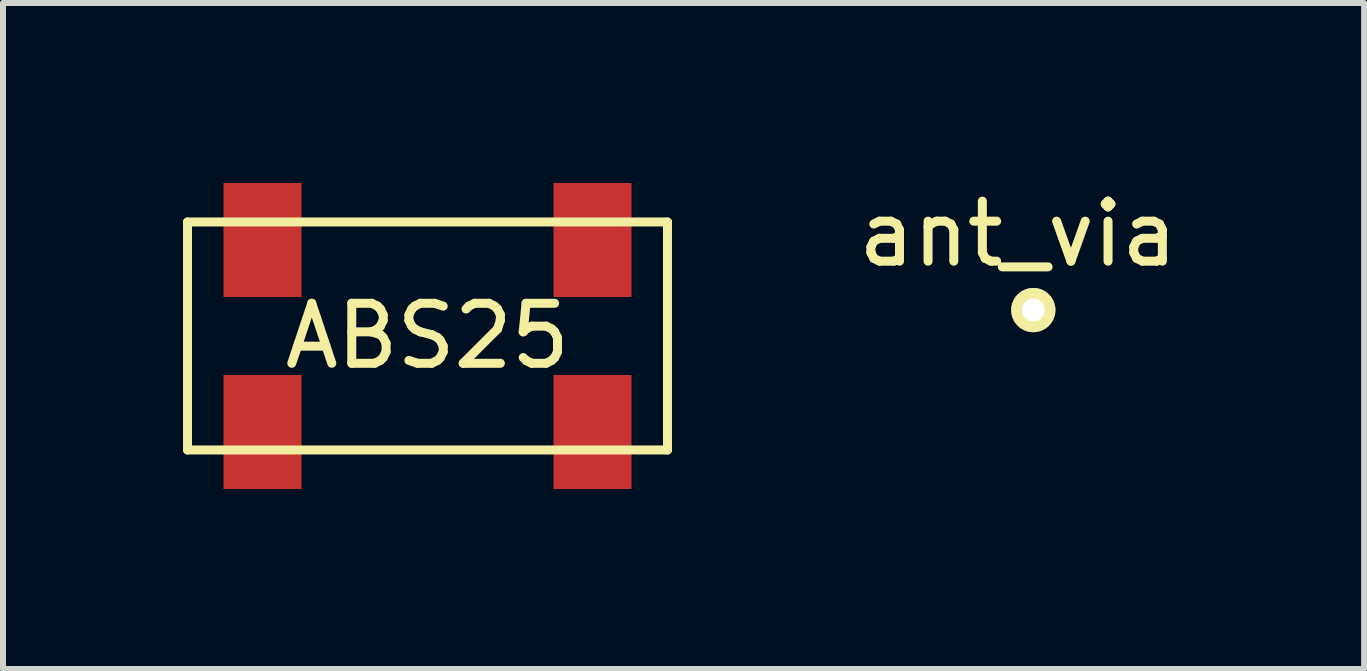
<source format=kicad_pcb>
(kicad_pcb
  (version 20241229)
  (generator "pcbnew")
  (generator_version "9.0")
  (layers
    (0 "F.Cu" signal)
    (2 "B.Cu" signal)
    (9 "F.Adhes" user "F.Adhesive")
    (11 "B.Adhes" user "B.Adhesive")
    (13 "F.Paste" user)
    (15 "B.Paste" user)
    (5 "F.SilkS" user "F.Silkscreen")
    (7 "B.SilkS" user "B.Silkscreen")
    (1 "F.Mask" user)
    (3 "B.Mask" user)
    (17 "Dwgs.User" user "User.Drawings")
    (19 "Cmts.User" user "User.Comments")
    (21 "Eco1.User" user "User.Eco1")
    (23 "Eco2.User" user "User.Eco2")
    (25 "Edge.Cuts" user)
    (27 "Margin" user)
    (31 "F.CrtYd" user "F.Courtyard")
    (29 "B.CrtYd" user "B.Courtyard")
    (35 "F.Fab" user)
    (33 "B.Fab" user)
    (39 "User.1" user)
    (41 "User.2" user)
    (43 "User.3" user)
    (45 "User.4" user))
  (footprint "ABS25"
    (layer "F.Cu")
    (at 4.075 2.55)
    (property "Reference" "ABS25" (at 0 0 0) (layer "F.SilkS") (effects (font (size 1 1) (thickness 0.15))))
    (attr through_hole)
    (fp_line (start -4 -1.9) (end 4 -1.9) (stroke (width 0.15) (type solid)) (layer "F.SilkS"))
    (fp_line (start -4 1.9) (end -4 -1.9) (stroke (width 0.15) (type solid)) (layer "F.SilkS"))
    (fp_line (start 4 -1.9) (end 4 1.9) (stroke (width 0.15) (type solid)) (layer "F.SilkS"))
    (fp_line (start 4 1.9) (end -4 1.9) (stroke (width 0.15) (type solid)) (layer "F.SilkS"))
    (pad "1" smd rect (at -2.75 1.6) (size 1.3 1.9) (layers "F.Cu" "F.Mask" "F.Paste"))
    (pad "2" smd rect (at 2.75 1.6) (size 1.3 1.9) (layers "F.Cu" "F.Mask" "F.Paste"))
    (pad "3" smd rect (at 2.75 -1.6) (size 1.3 1.9) (layers "F.Cu" "F.Mask" "F.Paste"))
    (pad "4" smd rect (at -2.75 -1.6) (size 1.3 1.9) (layers "F.Cu" "F.Mask" "F.Paste")))
  (footprint "ant_via"
    (layer "F.Cu")
    (at 14.172 2.118)
    (property "Reference" "ant_via" (at -0.254 -1.27 0) (layer "F.SilkS") (effects (font (size 1 1) (thickness 0.15))))
    (attr through_hole)
    (pad "1" thru_hole circle (at 0 0) (size 0.737 0.737) (drill 0.381) (layers "*.Cu" "*.Mask" "F.SilkS")))
  (gr_rect
    (start -3 -3)
    (end 19.686 8.1)
    (stroke (width 0.1) (type default))
    (fill no)
    (layer "Edge.Cuts")))
</source>
